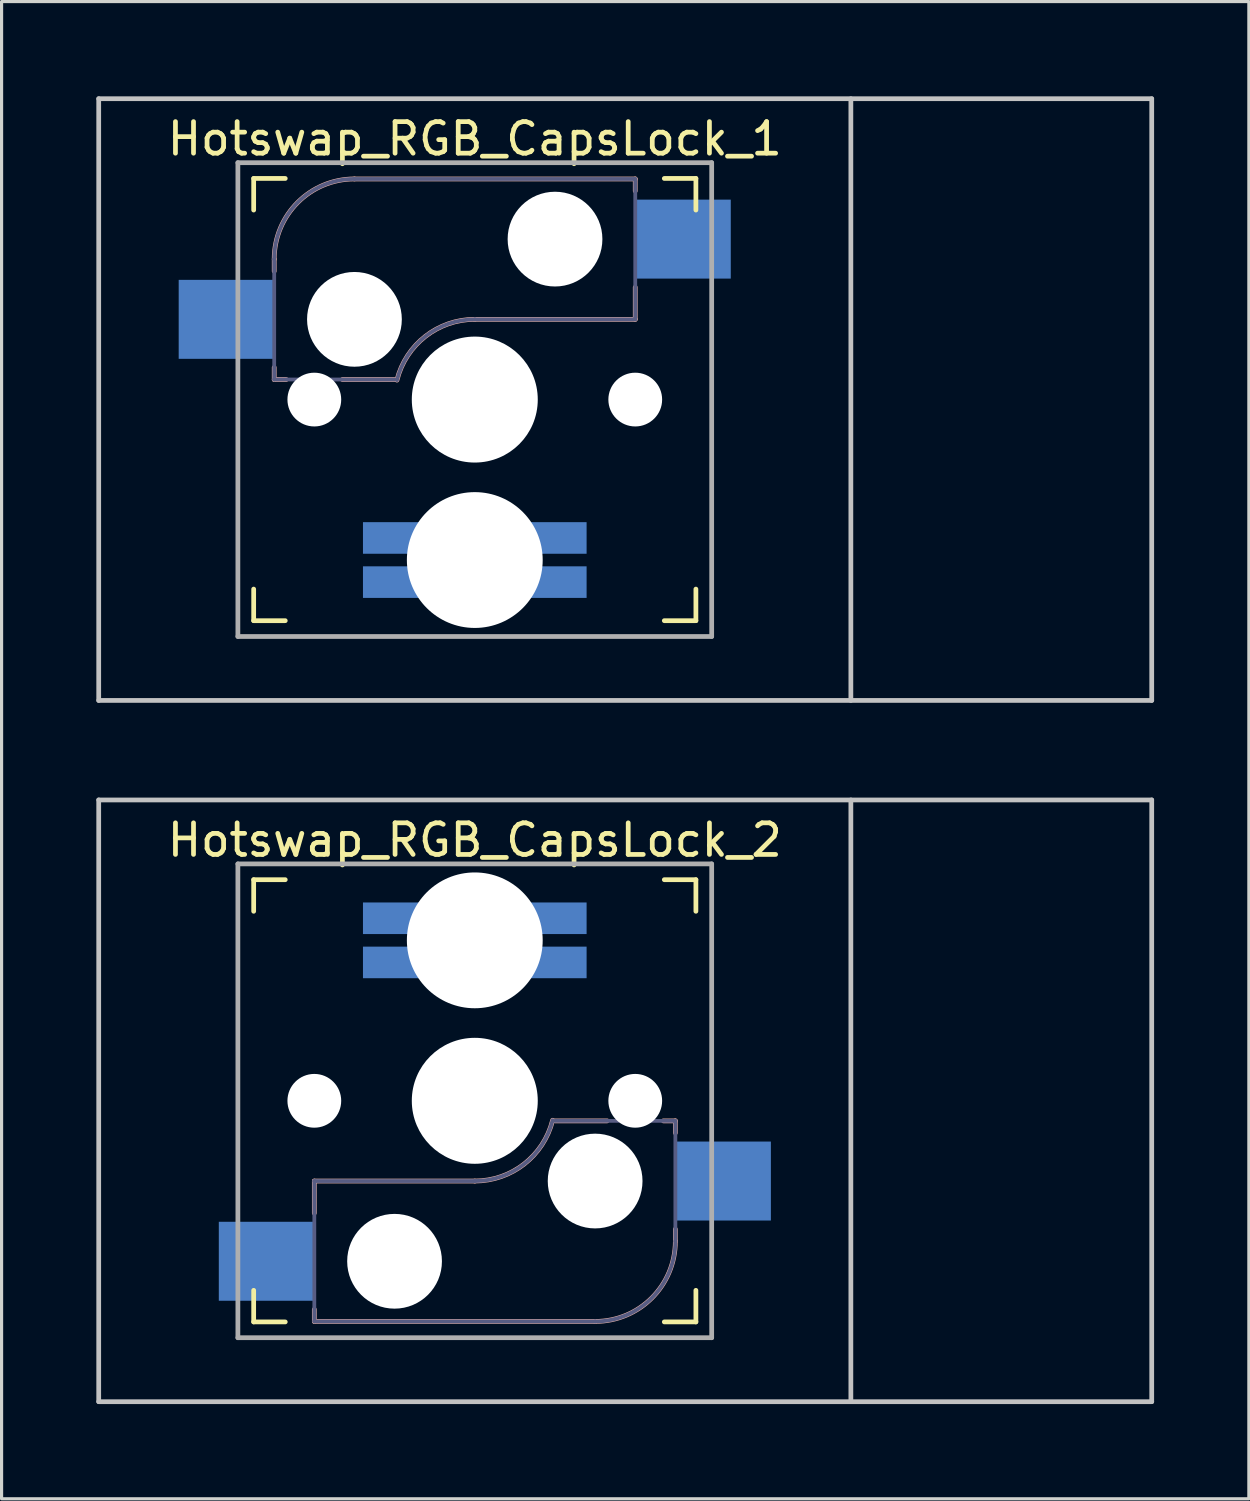
<source format=kicad_pcb>
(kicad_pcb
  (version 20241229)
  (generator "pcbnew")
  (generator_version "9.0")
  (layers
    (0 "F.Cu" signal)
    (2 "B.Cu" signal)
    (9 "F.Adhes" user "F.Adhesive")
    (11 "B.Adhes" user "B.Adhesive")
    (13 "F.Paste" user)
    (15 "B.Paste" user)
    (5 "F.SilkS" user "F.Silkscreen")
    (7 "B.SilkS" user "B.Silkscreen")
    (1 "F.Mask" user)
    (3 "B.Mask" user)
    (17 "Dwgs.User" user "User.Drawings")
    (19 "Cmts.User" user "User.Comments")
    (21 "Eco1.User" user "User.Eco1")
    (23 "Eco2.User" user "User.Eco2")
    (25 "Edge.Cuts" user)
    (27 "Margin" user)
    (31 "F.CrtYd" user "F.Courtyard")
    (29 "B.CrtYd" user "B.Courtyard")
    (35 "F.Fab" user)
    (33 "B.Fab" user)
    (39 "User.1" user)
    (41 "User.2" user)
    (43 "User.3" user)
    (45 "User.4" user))
  (footprint "Hotswap_RGB_CapsLock_1"
    (layer "F.Cu")
    (at 11.981 9.6)
    (property "Reference" "Hotswap_RGB_CapsLock_1" (at 0 -8.255 0) (layer "F.SilkS") (effects (font (size 1 1) (thickness 0.15))))
    (attr through_hole)
    (fp_line (start -7 -6) (end -7 -7) (stroke (width 0.15) (type solid)) (layer "F.SilkS"))
    (fp_line (start -7 7) (end -7 6) (stroke (width 0.15) (type solid)) (layer "F.SilkS"))
    (fp_line (start -7 7) (end -6 7) (stroke (width 0.15) (type solid)) (layer "F.SilkS"))
    (fp_line (start -6 -7) (end -7 -7) (stroke (width 0.15) (type solid)) (layer "F.SilkS"))
    (fp_line (start 6 7) (end 7 7) (stroke (width 0.15) (type solid)) (layer "F.SilkS"))
    (fp_line (start 7 -7) (end 6 -7) (stroke (width 0.15) (type solid)) (layer "F.SilkS"))
    (fp_line (start 7 -7) (end 7 -6) (stroke (width 0.15) (type solid)) (layer "F.SilkS"))
    (fp_line (start 7 6) (end 7 7) (stroke (width 0.15) (type solid)) (layer "F.SilkS"))
    (fp_line (start -6.35 -4.445) (end -6.35 -4.064) (stroke (width 0.15) (type solid)) (layer "B.SilkS"))
    (fp_line (start -6.35 -1.016) (end -6.35 -0.635) (stroke (width 0.15) (type solid)) (layer "B.SilkS"))
    (fp_line (start -6.35 -0.635) (end -5.969 -0.635) (stroke (width 0.15) (type solid)) (layer "B.SilkS"))
    (fp_line (start -4.191 -0.635) (end -2.54 -0.635) (stroke (width 0.15) (type solid)) (layer "B.SilkS"))
    (fp_line (start 0 -2.54) (end 5.08 -2.54) (stroke (width 0.15) (type solid)) (layer "B.SilkS"))
    (fp_line (start 5.08 -6.985) (end -3.81 -6.985) (stroke (width 0.15) (type solid)) (layer "B.SilkS"))
    (fp_line (start 5.08 -6.604) (end 5.08 -6.985) (stroke (width 0.15) (type solid)) (layer "B.SilkS"))
    (fp_line (start 5.08 -2.54) (end 5.08 -3.556) (stroke (width 0.15) (type solid)) (layer "B.SilkS"))
    (fp_arc (start -6.35 -4.445) (mid -5.606051 -6.241051) (end -3.81 -6.985) (stroke (width 0.15) (type solid)) (layer "B.SilkS"))
    (fp_arc (start -2.464162 -0.61604) (mid -1.563147 -2.002042) (end 0 -2.54) (stroke (width 0.15) (type solid)) (layer "B.SilkS"))
    (fp_line (start -11.906 -9.525) (end 21.431 -9.525) (stroke (width 0.15) (type solid)) (layer "Dwgs.User"))
    (fp_line (start -11.906 9.525) (end -11.906 -9.525) (stroke (width 0.15) (type solid)) (layer "Dwgs.User"))
    (fp_line (start -11.906 9.525) (end 21.431 9.525) (stroke (width 0.15) (type solid)) (layer "Dwgs.User"))
    (fp_line (start 11.906 -9.525) (end 11.906 9.525) (stroke (width 0.15) (type solid)) (layer "Dwgs.User"))
    (fp_line (start 21.431 -9.525) (end 21.431 9.525) (stroke (width 0.15) (type solid)) (layer "Dwgs.User"))
    (fp_line (start -6.9 6.9) (end -6.9 -6.9) (stroke (width 0.15) (type solid)) (layer "Eco2.User"))
    (fp_line (start -6.9 6.9) (end 6.9 6.9) (stroke (width 0.15) (type solid)) (layer "Eco2.User"))
    (fp_line (start 6.9 -6.9) (end -6.9 -6.9) (stroke (width 0.15) (type solid)) (layer "Eco2.User"))
    (fp_line (start 6.9 -6.9) (end 6.9 6.9) (stroke (width 0.15) (type solid)) (layer "Eco2.User"))
    (fp_line (start -6.35 -4.445) (end -6.35 -0.635) (stroke (width 0.12) (type solid)) (layer "B.Fab"))
    (fp_line (start -6.35 -0.635) (end -2.54 -0.635) (stroke (width 0.12) (type solid)) (layer "B.Fab"))
    (fp_line (start 0 -2.54) (end 5.08 -2.54) (stroke (width 0.12) (type solid)) (layer "B.Fab"))
    (fp_line (start 5.08 -6.985) (end -3.81 -6.985) (stroke (width 0.12) (type solid)) (layer "B.Fab"))
    (fp_line (start 5.08 -2.54) (end 5.08 -6.985) (stroke (width 0.12) (type solid)) (layer "B.Fab"))
    (fp_arc (start -6.35 -4.445) (mid -5.606051 -6.241051) (end -3.81 -6.985) (stroke (width 0.12) (type solid)) (layer "B.Fab"))
    (fp_arc (start -2.464162 -0.61604) (mid -1.563147 -2.002042) (end 0 -2.54) (stroke (width 0.12) (type solid)) (layer "B.Fab"))
    (fp_line (start -7.5 -7.5) (end 7.5 -7.5) (stroke (width 0.15) (type solid)) (layer "F.Fab"))
    (fp_line (start -7.5 7.5) (end -7.5 -7.5) (stroke (width 0.15) (type solid)) (layer "F.Fab"))
    (fp_line (start 7.5 -7.5) (end 7.5 7.5) (stroke (width 0.15) (type solid)) (layer "F.Fab"))
    (fp_line (start 7.5 7.5) (end -7.5 7.5) (stroke (width 0.15) (type solid)) (layer "F.Fab"))
    (pad "" np_thru_hole circle (at -5.08 0 180) (size 1.702 1.702) (drill 1.702) (layers "*.Cu" "*.Mask"))
    (pad "" np_thru_hole circle (at -3.81 -2.54 180) (size 3 3) (drill 3) (layers "*.Cu" "*.Mask"))
    (pad "" np_thru_hole circle (at 0 0 180) (size 3.988 3.988) (drill 3.988) (layers "*.Cu" "*.Mask"))
    (pad "" np_thru_hole circle (at 0 5.08 180) (size 4.3 4.3) (drill 4.3) (layers "*.Cu" "*.Mask"))
    (pad "" np_thru_hole circle (at 2.54 -5.08 180) (size 3 3) (drill 3) (layers "*.Cu" "*.Mask"))
    (pad "" np_thru_hole circle (at 5.08 0 180) (size 1.702 1.702) (drill 1.702) (layers "*.Cu" "*.Mask"))
    (pad "1" smd rect (at -7.874 -2.54 180) (size 3 2.5) (layers "B.Cu" "B.Mask"))
    (pad "2" smd rect (at 6.604 -5.08 180) (size 3 2.5) (layers "B.Cu" "B.Mask"))
    (pad "A" smd rect (at -2.54 4.381 270) (size 1 2) (layers "B.Cu" "B.Mask"))
    (pad "B" smd rect (at -2.54 5.779 270) (size 1 2) (layers "B.Cu" "B.Mask"))
    (pad "G" smd rect (at 2.54 5.779 270) (size 1 2) (layers "B.Cu" "B.Mask"))
    (pad "R" smd rect (at 2.54 4.381 270) (size 1 2) (layers "B.Cu" "B.Mask")))
  (footprint "Hotswap_RGB_CapsLock_2"
    (layer "F.Cu")
    (at 11.981 31.8)
    (property "Reference" "Hotswap_RGB_CapsLock_2" (at 0 -8.255 0) (layer "F.SilkS") (effects (font (size 1 1) (thickness 0.15))))
    (attr through_hole)
    (fp_line (start -7 -6) (end -7 -7) (stroke (width 0.15) (type solid)) (layer "F.SilkS"))
    (fp_line (start -7 7) (end -7 6) (stroke (width 0.15) (type solid)) (layer "F.SilkS"))
    (fp_line (start -7 7) (end -6 7) (stroke (width 0.15) (type solid)) (layer "F.SilkS"))
    (fp_line (start -6 -7) (end -7 -7) (stroke (width 0.15) (type solid)) (layer "F.SilkS"))
    (fp_line (start 6 7) (end 7 7) (stroke (width 0.15) (type solid)) (layer "F.SilkS"))
    (fp_line (start 7 -7) (end 6 -7) (stroke (width 0.15) (type solid)) (layer "F.SilkS"))
    (fp_line (start 7 -7) (end 7 -6) (stroke (width 0.15) (type solid)) (layer "F.SilkS"))
    (fp_line (start 7 6) (end 7 7) (stroke (width 0.15) (type solid)) (layer "F.SilkS"))
    (fp_line (start -5.08 2.54) (end -5.08 3.556) (stroke (width 0.15) (type solid)) (layer "B.SilkS"))
    (fp_line (start -5.08 6.604) (end -5.08 6.985) (stroke (width 0.15) (type solid)) (layer "B.SilkS"))
    (fp_line (start -5.08 6.985) (end 3.81 6.985) (stroke (width 0.15) (type solid)) (layer "B.SilkS"))
    (fp_line (start 0 2.54) (end -5.08 2.54) (stroke (width 0.15) (type solid)) (layer "B.SilkS"))
    (fp_line (start 4.191 0.635) (end 2.54 0.635) (stroke (width 0.15) (type solid)) (layer "B.SilkS"))
    (fp_line (start 6.35 0.635) (end 5.969 0.635) (stroke (width 0.15) (type solid)) (layer "B.SilkS"))
    (fp_line (start 6.35 1.016) (end 6.35 0.635) (stroke (width 0.15) (type solid)) (layer "B.SilkS"))
    (fp_line (start 6.35 4.445) (end 6.35 4.064) (stroke (width 0.15) (type solid)) (layer "B.SilkS"))
    (fp_arc (start 2.464162 0.61604) (mid 1.563147 2.002042) (end 0 2.54) (stroke (width 0.15) (type solid)) (layer "B.SilkS"))
    (fp_arc (start 6.35 4.445) (mid 5.606051 6.241051) (end 3.81 6.985) (stroke (width 0.15) (type solid)) (layer "B.SilkS"))
    (fp_line (start -11.906 -9.525) (end 21.431 -9.525) (stroke (width 0.15) (type solid)) (layer "Dwgs.User"))
    (fp_line (start -11.906 9.525) (end -11.906 -9.525) (stroke (width 0.15) (type solid)) (layer "Dwgs.User"))
    (fp_line (start -11.906 9.525) (end 21.431 9.525) (stroke (width 0.15) (type solid)) (layer "Dwgs.User"))
    (fp_line (start 11.906 -9.525) (end 11.906 9.525) (stroke (width 0.15) (type solid)) (layer "Dwgs.User"))
    (fp_line (start 21.431 -9.525) (end 21.431 9.525) (stroke (width 0.15) (type solid)) (layer "Dwgs.User"))
    (fp_line (start -6.9 6.9) (end -6.9 -6.9) (stroke (width 0.15) (type solid)) (layer "Eco2.User"))
    (fp_line (start -6.9 6.9) (end 6.9 6.9) (stroke (width 0.15) (type solid)) (layer "Eco2.User"))
    (fp_line (start 6.9 -6.9) (end -6.9 -6.9) (stroke (width 0.15) (type solid)) (layer "Eco2.User"))
    (fp_line (start 6.9 -6.9) (end 6.9 6.9) (stroke (width 0.15) (type solid)) (layer "Eco2.User"))
    (fp_line (start -5.08 2.54) (end -5.08 6.985) (stroke (width 0.12) (type solid)) (layer "B.Fab"))
    (fp_line (start -5.08 6.985) (end 3.81 6.985) (stroke (width 0.12) (type solid)) (layer "B.Fab"))
    (fp_line (start 0 2.54) (end -5.08 2.54) (stroke (width 0.12) (type solid)) (layer "B.Fab"))
    (fp_line (start 6.35 0.635) (end 2.54 0.635) (stroke (width 0.12) (type solid)) (layer "B.Fab"))
    (fp_line (start 6.35 4.445) (end 6.35 0.635) (stroke (width 0.12) (type solid)) (layer "B.Fab"))
    (fp_arc (start 2.464162 0.61604) (mid 1.563147 2.002042) (end 0 2.54) (stroke (width 0.12) (type solid)) (layer "B.Fab"))
    (fp_arc (start 6.35 4.445) (mid 5.606051 6.241051) (end 3.81 6.985) (stroke (width 0.12) (type solid)) (layer "B.Fab"))
    (fp_line (start -7.5 -7.5) (end 7.5 -7.5) (stroke (width 0.15) (type solid)) (layer "F.Fab"))
    (fp_line (start -7.5 7.5) (end -7.5 -7.5) (stroke (width 0.15) (type solid)) (layer "F.Fab"))
    (fp_line (start 7.5 -7.5) (end 7.5 7.5) (stroke (width 0.15) (type solid)) (layer "F.Fab"))
    (fp_line (start 7.5 7.5) (end -7.5 7.5) (stroke (width 0.15) (type solid)) (layer "F.Fab"))
    (pad "" np_thru_hole circle (at -5.08 0) (size 1.702 1.702) (drill 1.702) (layers "*.Cu" "*.Mask"))
    (pad "" np_thru_hole circle (at -2.54 5.08) (size 3 3) (drill 3) (layers "*.Cu" "*.Mask"))
    (pad "" np_thru_hole circle (at 0 -5.08) (size 4.3 4.3) (drill 4.3) (layers "*.Cu" "*.Mask"))
    (pad "" np_thru_hole circle (at 0 0) (size 3.988 3.988) (drill 3.988) (layers "*.Cu" "*.Mask"))
    (pad "" np_thru_hole circle (at 3.81 2.54) (size 3 3) (drill 3) (layers "*.Cu" "*.Mask"))
    (pad "" np_thru_hole circle (at 5.08 0) (size 1.702 1.702) (drill 1.702) (layers "*.Cu" "*.Mask"))
    (pad "1" smd rect (at -6.604 5.08) (size 3 2.5) (layers "B.Cu" "B.Mask"))
    (pad "2" smd rect (at 7.874 2.54) (size 3 2.5) (layers "B.Cu" "B.Mask"))
    (pad "A" smd rect (at 2.54 -4.381 90) (size 1 2) (layers "B.Cu" "B.Mask"))
    (pad "B" smd rect (at 2.54 -5.779 90) (size 1 2) (layers "B.Cu" "B.Mask"))
    (pad "G" smd rect (at -2.54 -5.779 90) (size 1 2) (layers "B.Cu" "B.Mask"))
    (pad "R" smd rect (at -2.54 -4.381 90) (size 1 2) (layers "B.Cu" "B.Mask")))
  (gr_rect
    (start -3 -3)
    (end 36.487 44.4)
    (stroke (width 0.1) (type default))
    (fill no)
    (layer "Edge.Cuts")))
</source>
